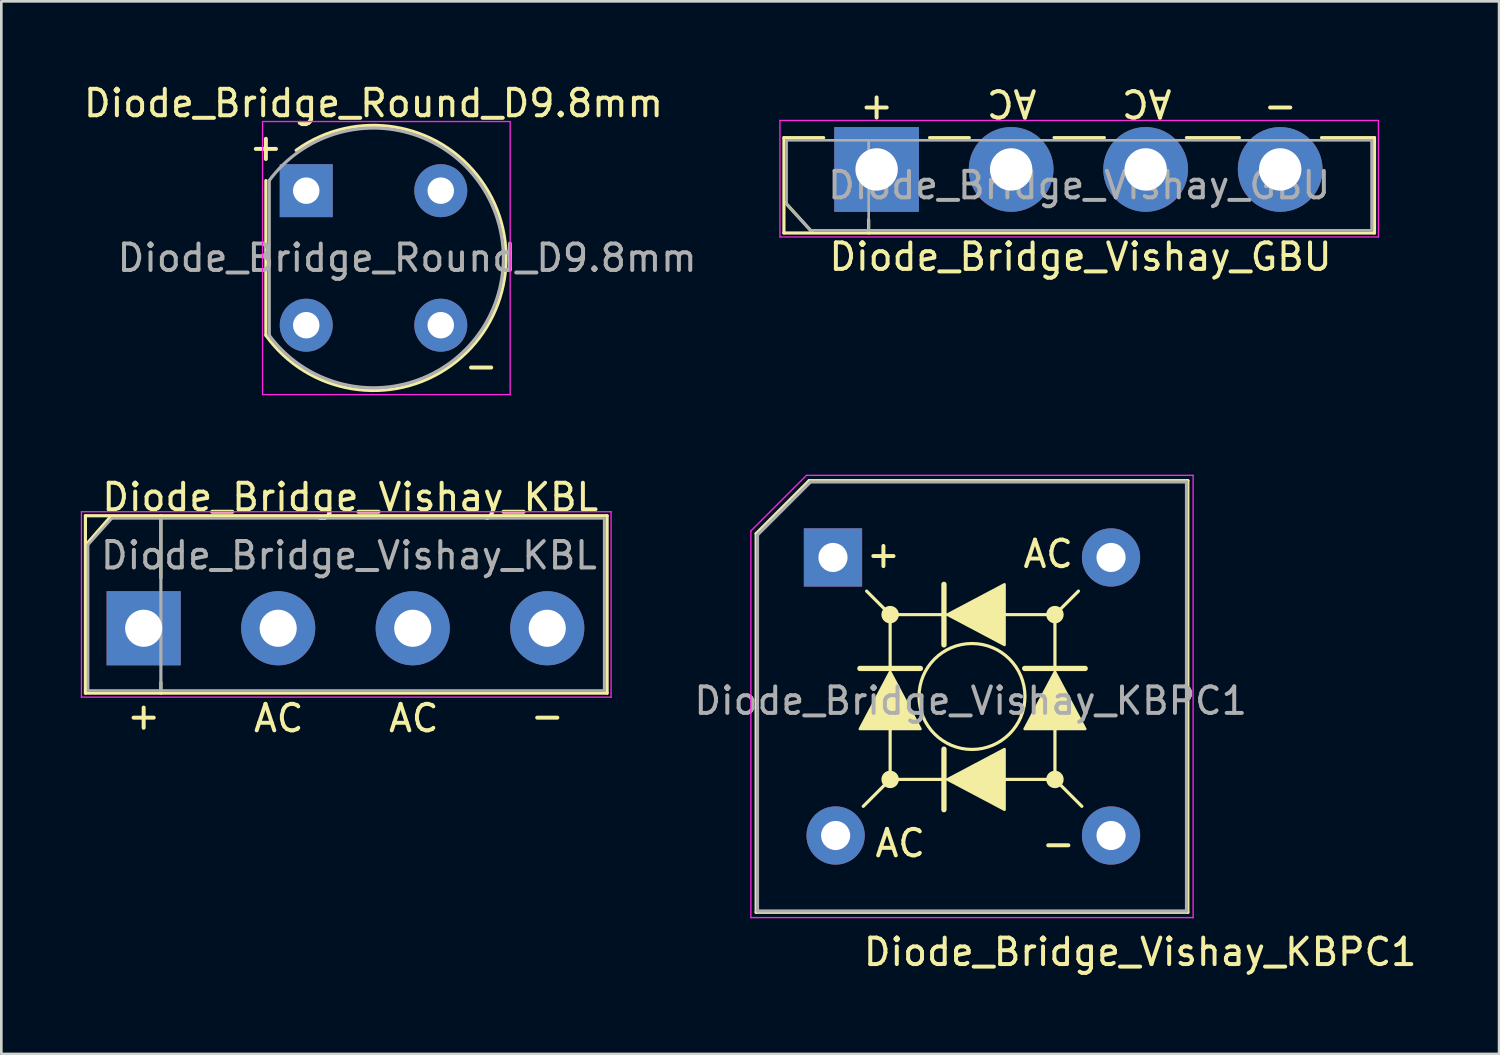
<source format=kicad_pcb>
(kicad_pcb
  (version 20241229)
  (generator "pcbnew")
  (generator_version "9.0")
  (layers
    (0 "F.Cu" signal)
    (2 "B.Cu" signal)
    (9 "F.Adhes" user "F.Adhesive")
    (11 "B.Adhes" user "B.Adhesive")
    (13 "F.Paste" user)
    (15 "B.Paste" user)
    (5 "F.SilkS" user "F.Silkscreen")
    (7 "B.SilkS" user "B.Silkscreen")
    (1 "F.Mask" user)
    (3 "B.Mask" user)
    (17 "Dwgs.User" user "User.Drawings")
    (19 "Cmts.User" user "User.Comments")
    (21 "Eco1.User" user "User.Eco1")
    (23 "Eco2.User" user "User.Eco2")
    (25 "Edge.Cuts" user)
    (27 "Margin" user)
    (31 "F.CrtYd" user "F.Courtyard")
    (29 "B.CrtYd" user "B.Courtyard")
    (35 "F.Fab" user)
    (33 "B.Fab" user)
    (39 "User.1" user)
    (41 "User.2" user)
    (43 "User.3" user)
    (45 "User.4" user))
  (footprint "Diode_Bridge_Round_D9.8mm"
    (layer "F.Cu")
    (at 8.514 4.15)
    (property "Reference" "Diode_Bridge_Round_D9.8mm" (at 2.54 -3.302 0) (layer "F.SilkS") (effects (font (size 1 1) (thickness 0.15))))
    (attr through_hole)
    (fp_line (start -1.524 -0.381) (end -1.524 5.461) (stroke (width 0.12) (type solid)) (layer "F.SilkS"))
    (fp_arc (start -0.381 -1.524) (mid 7.479141 3.348223) (end -1.524 5.461) (stroke (width 0.12) (type solid)) (layer "F.SilkS"))
    (fp_line (start -1.65 -2.61) (end -1.65 7.7) (stroke (width 0.05) (type solid)) (layer "F.CrtYd"))
    (fp_line (start -1.65 -2.61) (end 7.7 -2.61) (stroke (width 0.05) (type solid)) (layer "F.CrtYd"))
    (fp_line (start 7.7 7.7) (end -1.65 7.7) (stroke (width 0.05) (type solid)) (layer "F.CrtYd"))
    (fp_line (start 7.7 7.7) (end 7.7 -2.61) (stroke (width 0.05) (type solid)) (layer "F.CrtYd"))
    (fp_line (start -1.397 5.461) (end -1.397 -0.381) (stroke (width 0.12) (type solid)) (layer "F.Fab"))
    (fp_arc (start -1.4 -0.38) (mid 7.444079 2.54366) (end -1.404354 5.454115) (stroke (width 0.12) (type solid)) (layer "F.Fab"))
    (fp_text user "+" (at -1.524 -1.651 0) (layer "F.SilkS") (effects (font (size 1 1) (thickness 0.15))))
    (fp_text user "-" (at 6.604 6.604 0) (layer "F.SilkS") (effects (font (size 1 1) (thickness 0.15))))
    (fp_text user "${REFERENCE}" (at 3.81 2.54 0) (layer "F.Fab") (effects (font (size 1 1) (thickness 0.15))))
    (pad "1" thru_hole rect (at 0 0) (size 2 2) (drill 1) (layers "*.Cu" "*.Mask"))
    (pad "2" thru_hole oval (at 0 5.08) (size 2 2) (drill 1) (layers "*.Cu" "*.Mask"))
    (pad "3" thru_hole oval (at 5.08 5.08) (size 2 2) (drill 1) (layers "*.Cu" "*.Mask"))
    (pad "4" thru_hole oval (at 5.08 0) (size 2 2) (drill 1) (layers "*.Cu" "*.Mask")))
  (footprint "Diode_Bridge_Vishay_GBU"
    (layer "F.Cu")
    (at 30.052 3.348)
    (property "Reference" "Diode_Bridge_Vishay_GBU" (at 7.7 3.3 180) (layer "F.SilkS") (effects (font (size 1 1) (thickness 0.15))))
    (fp_line (start -3.5 -1.2) (end -2 -1.2) (stroke (width 0.12) (type solid)) (layer "F.SilkS"))
    (fp_line (start -3.5 2.4) (end -3.5 -1.2) (stroke (width 0.12) (type solid)) (layer "F.SilkS"))
    (fp_line (start -3.45 1.25) (end -2.45 2.35) (stroke (width 0.12) (type solid)) (layer "F.SilkS"))
    (fp_line (start -0.3 2.4) (end -0.3 1.9) (stroke (width 0.12) (type solid)) (layer "F.SilkS"))
    (fp_line (start 2 -1.2) (end 3.5 -1.2) (stroke (width 0.12) (type solid)) (layer "F.SilkS"))
    (fp_line (start 6.7 -1.2) (end 8.6 -1.2) (stroke (width 0.12) (type solid)) (layer "F.SilkS"))
    (fp_line (start 11.7 -1.2) (end 13.7 -1.2) (stroke (width 0.12) (type solid)) (layer "F.SilkS"))
    (fp_line (start 16.8 -1.2) (end 18.8 -1.2) (stroke (width 0.12) (type solid)) (layer "F.SilkS"))
    (fp_line (start 18.8 -1.2) (end 18.8 2.4) (stroke (width 0.12) (type solid)) (layer "F.SilkS"))
    (fp_line (start 18.8 2.4) (end -3.5 2.4) (stroke (width 0.12) (type solid)) (layer "F.SilkS"))
    (fp_line (start -3.65 2.55) (end -3.65 -1.85) (stroke (width 0.05) (type solid)) (layer "F.CrtYd"))
    (fp_line (start -3.65 2.55) (end 18.95 2.55) (stroke (width 0.05) (type solid)) (layer "F.CrtYd"))
    (fp_line (start 18.95 -1.85) (end -3.65 -1.85) (stroke (width 0.05) (type solid)) (layer "F.CrtYd"))
    (fp_line (start 18.95 -1.85) (end 18.95 2.55) (stroke (width 0.05) (type solid)) (layer "F.CrtYd"))
    (fp_line (start -3.4 -1.1) (end 18.7 -1.1) (stroke (width 0.1) (type solid)) (layer "F.Fab"))
    (fp_line (start -3.4 1.3) (end -3.4 -1.1) (stroke (width 0.1) (type solid)) (layer "F.Fab"))
    (fp_line (start -2.5 2.3) (end -3.4 1.3) (stroke (width 0.1) (type solid)) (layer "F.Fab"))
    (fp_line (start -0.3 2.3) (end -0.3 -1.1) (stroke (width 0.1) (type solid)) (layer "F.Fab"))
    (fp_line (start 18.7 -1.1) (end 18.7 2.3) (stroke (width 0.12) (type solid)) (layer "F.Fab"))
    (fp_line (start 18.7 2.3) (end -2.5 2.3) (stroke (width 0.1) (type solid)) (layer "F.Fab"))
    (fp_text user "+" (at 0 -2.413 0) (layer "F.SilkS") (effects (font (size 1 1) (thickness 0.15))))
    (fp_text user "AC" (at 5.1 -2.5 180) (unlocked yes) (layer "F.SilkS") (effects (font (size 1 1) (thickness 0.15))))
    (fp_text user "AC" (at 10.2 -2.5 180) (unlocked yes) (layer "F.SilkS") (effects (font (size 1 1) (thickness 0.15))))
    (fp_text user "-" (at 15.24 -2.413 0) (layer "F.SilkS") (effects (font (size 1 1) (thickness 0.15))))
    (fp_text user "${REFERENCE}" (at 7.65 0.6 180) (layer "F.Fab") (effects (font (size 1 1) (thickness 0.15))))
    (pad "1" thru_hole rect (at 0 0) (size 3.2 3.2) (drill 1.6) (layers "*.Cu" "*.Mask"))
    (pad "2" thru_hole circle (at 5.08 0) (size 3.2 3.2) (drill 1.6) (layers "*.Cu" "*.Mask"))
    (pad "3" thru_hole circle (at 10.16 0) (size 3.2 3.2) (drill 1.6) (layers "*.Cu" "*.Mask"))
    (pad "4" thru_hole circle (at 15.24 0) (size 3.2 3.2) (drill 1.6) (layers "*.Cu" "*.Mask")))
  (footprint "Diode_Bridge_Vishay_KBL"
    (layer "F.Cu")
    (at 2.375 20.674)
    (property "Reference" "Diode_Bridge_Vishay_KBL" (at 7.8 -4.95 0) (layer "F.SilkS") (effects (font (size 1 1) (thickness 0.15))))
    (fp_line (start -2.2 -4.25) (end -2.2 2.45) (stroke (width 0.12) (type solid)) (layer "F.SilkS"))
    (fp_line (start -2.2 2.45) (end 17.5 2.45) (stroke (width 0.12) (type solid)) (layer "F.SilkS"))
    (fp_line (start -2.159 -3.175) (end -1.27 -4.191) (stroke (width 0.12) (type solid)) (layer "F.SilkS"))
    (fp_line (start 0.65 -1.9) (end 0.65 -4.25) (stroke (width 0.12) (type solid)) (layer "F.SilkS"))
    (fp_line (start 0.65 2.05) (end 0.65 2.45) (stroke (width 0.12) (type solid)) (layer "F.SilkS"))
    (fp_line (start 17.5 -4.25) (end -2.2 -4.25) (stroke (width 0.12) (type solid)) (layer "F.SilkS"))
    (fp_line (start 17.5 2.45) (end 17.5 -4.25) (stroke (width 0.12) (type solid)) (layer "F.SilkS"))
    (fp_line (start -2.35 -4.4) (end -2.35 2.6) (stroke (width 0.05) (type solid)) (layer "F.CrtYd"))
    (fp_line (start -2.35 -4.4) (end 17.65 -4.4) (stroke (width 0.05) (type solid)) (layer "F.CrtYd"))
    (fp_line (start 17.65 2.6) (end -2.35 2.6) (stroke (width 0.05) (type solid)) (layer "F.CrtYd"))
    (fp_line (start 17.65 2.6) (end 17.65 -4.4) (stroke (width 0.05) (type solid)) (layer "F.CrtYd"))
    (fp_line (start -2.1 -3.15) (end -2.1 2.35) (stroke (width 0.1) (type solid)) (layer "F.Fab"))
    (fp_line (start -2.1 2.35) (end 17.4 2.35) (stroke (width 0.1) (type solid)) (layer "F.Fab"))
    (fp_line (start -1.2 -4.15) (end -2.1 -3.15) (stroke (width 0.1) (type solid)) (layer "F.Fab"))
    (fp_line (start 0.65 -4.15) (end 0.65 2.35) (stroke (width 0.12) (type solid)) (layer "F.Fab"))
    (fp_line (start 17.4 -4.15) (end -1.2 -4.15) (stroke (width 0.1) (type solid)) (layer "F.Fab"))
    (fp_line (start 17.4 2.35) (end 17.4 -4.15) (stroke (width 0.12) (type solid)) (layer "F.Fab"))
    (fp_text user "AC" (at 5.1 3.4 0) (layer "F.SilkS") (effects (font (size 1 1) (thickness 0.15))))
    (fp_text user "+" (at 0 3.302 0) (layer "F.SilkS") (effects (font (size 1 1) (thickness 0.15))))
    (fp_text user "-" (at 15.24 3.302 0) (layer "F.SilkS") (effects (font (size 1 1) (thickness 0.15))))
    (fp_text user "AC" (at 10.2 3.4 0) (layer "F.SilkS") (effects (font (size 1 1) (thickness 0.15))))
    (fp_text user "${REFERENCE}" (at 7.75 -2.75 0) (layer "F.Fab") (effects (font (size 1 1) (thickness 0.15))))
    (pad "1" thru_hole rect (at 0 0) (size 2.8 2.8) (drill 1.4) (layers "*.Cu" "*.Mask"))
    (pad "2" thru_hole circle (at 5.08 0) (size 2.8 2.8) (drill 1.4) (layers "*.Cu" "*.Mask"))
    (pad "3" thru_hole circle (at 10.16 0) (size 2.8 2.8) (drill 1.4) (layers "*.Cu" "*.Mask"))
    (pad "4" thru_hole circle (at 15.24 0) (size 2.8 2.8) (drill 1.4) (layers "*.Cu" "*.Mask")))
  (footprint "Diode_Bridge_Vishay_KBPC1"
    (layer "F.Cu")
    (at 28.404 18)
    (property "Reference" "Diode_Bridge_Vishay_KBPC1" (at 11.6 14.9 180) (layer "F.SilkS") (effects (font (size 1 1) (thickness 0.15))))
    (attr through_hole)
    (fp_line (start -2.9 -0.9) (end -2.9 13.4) (stroke (width 0.12) (type solid)) (layer "F.SilkS"))
    (fp_line (start -2.9 13.4) (end 13.4 13.4) (stroke (width 0.12) (type solid)) (layer "F.SilkS"))
    (fp_line (start -0.9 -2.9) (end -2.9 -0.9) (stroke (width 0.12) (type solid)) (layer "F.SilkS"))
    (fp_line (start 1.143 9.398) (end 2.159 8.382) (stroke (width 0.12) (type solid)) (layer "F.SilkS"))
    (fp_line (start 1.27 1.27) (end 2.159 2.159) (stroke (width 0.12) (type solid)) (layer "F.SilkS"))
    (fp_line (start 2.159 4.191) (end 1.016 4.191) (stroke (width 0.2) (type solid)) (layer "F.SilkS"))
    (fp_line (start 2.159 4.191) (end 2.159 2.159) (stroke (width 0.12) (type solid)) (layer "F.SilkS"))
    (fp_line (start 2.159 8.128) (end 2.159 6.477) (stroke (width 0.12) (type solid)) (layer "F.SilkS"))
    (fp_line (start 3.302 4.191) (end 2.159 4.191) (stroke (width 0.2) (type solid)) (layer "F.SilkS"))
    (fp_line (start 4.191 1.016) (end 4.191 2.159) (stroke (width 0.2) (type solid)) (layer "F.SilkS"))
    (fp_line (start 4.191 2.159) (end 2.159 2.159) (stroke (width 0.12) (type solid)) (layer "F.SilkS"))
    (fp_line (start 4.191 2.159) (end 4.191 3.302) (stroke (width 0.2) (type solid)) (layer "F.SilkS"))
    (fp_line (start 4.191 7.239) (end 4.191 8.382) (stroke (width 0.2) (type solid)) (layer "F.SilkS"))
    (fp_line (start 4.191 8.382) (end 2.159 8.382) (stroke (width 0.12) (type solid)) (layer "F.SilkS"))
    (fp_line (start 4.191 8.382) (end 4.191 9.525) (stroke (width 0.2) (type solid)) (layer "F.SilkS"))
    (fp_line (start 8.128 2.159) (end 6.477 2.159) (stroke (width 0.12) (type solid)) (layer "F.SilkS"))
    (fp_line (start 8.292 8.382) (end 6.477 8.382) (stroke (width 0.12) (type solid)) (layer "F.SilkS"))
    (fp_line (start 8.382 4.191) (end 7.239 4.191) (stroke (width 0.2) (type solid)) (layer "F.SilkS"))
    (fp_line (start 8.382 4.191) (end 8.382 2.159) (stroke (width 0.12) (type solid)) (layer "F.SilkS"))
    (fp_line (start 8.382 8.382) (end 8.382 6.477) (stroke (width 0.12) (type solid)) (layer "F.SilkS"))
    (fp_line (start 9.271 1.27) (end 8.255 2.286) (stroke (width 0.12) (type solid)) (layer "F.SilkS"))
    (fp_line (start 9.398 9.398) (end 8.382 8.382) (stroke (width 0.12) (type solid)) (layer "F.SilkS"))
    (fp_line (start 9.525 4.191) (end 8.382 4.191) (stroke (width 0.2) (type solid)) (layer "F.SilkS"))
    (fp_line (start 13.4 -2.9) (end -0.9 -2.9) (stroke (width 0.12) (type solid)) (layer "F.SilkS"))
    (fp_line (start 13.4 13.4) (end 13.4 -2.9) (stroke (width 0.12) (type solid)) (layer "F.SilkS"))
    (fp_circle (center 2.159 2.159) (end 2.223 2.095) (stroke (width 0.12) (type solid)) (fill no) (layer "F.SilkS"))
    (fp_circle (center 2.159 2.159) (end 2.286 2.032) (stroke (width 0.12) (type solid)) (fill no) (layer "F.SilkS"))
    (fp_circle (center 2.159 2.159) (end 2.349 1.968) (stroke (width 0.12) (type solid)) (fill no) (layer "F.SilkS"))
    (fp_circle (center 2.159 8.382) (end 2.223 8.319) (stroke (width 0.12) (type solid)) (fill no) (layer "F.SilkS"))
    (fp_circle (center 2.159 8.382) (end 2.286 8.255) (stroke (width 0.12) (type solid)) (fill no) (layer "F.SilkS"))
    (fp_circle (center 2.159 8.382) (end 2.349 8.191) (stroke (width 0.12) (type solid)) (fill no) (layer "F.SilkS"))
    (fp_circle (center 5.25 5.25) (end 5.25 7.25) (stroke (width 0.12) (type solid)) (fill no) (layer "F.SilkS"))
    (fp_circle (center 8.382 2.159) (end 8.445 2.095) (stroke (width 0.12) (type solid)) (fill no) (layer "F.SilkS"))
    (fp_circle (center 8.382 2.159) (end 8.509 2.032) (stroke (width 0.12) (type solid)) (fill no) (layer "F.SilkS"))
    (fp_circle (center 8.382 2.159) (end 8.572 1.968) (stroke (width 0.12) (type solid)) (fill no) (layer "F.SilkS"))
    (fp_circle (center 8.382 8.382) (end 8.445 8.319) (stroke (width 0.12) (type solid)) (fill no) (layer "F.SilkS"))
    (fp_circle (center 8.382 8.382) (end 8.509 8.255) (stroke (width 0.12) (type solid)) (fill no) (layer "F.SilkS"))
    (fp_circle (center 8.382 8.382) (end 8.572 8.191) (stroke (width 0.12) (type solid)) (fill no) (layer "F.SilkS"))
    (fp_poly (pts (xy 3.302 6.477) (xy 1.016 6.477) (xy 2.159 4.318)) (stroke (width 0.1) (type solid)) (fill yes) (layer "F.SilkS"))
    (fp_poly (pts (xy 6.477 1.016) (xy 6.477 3.302) (xy 4.318 2.159)) (stroke (width 0.1) (type solid)) (fill yes) (layer "F.SilkS"))
    (fp_poly (pts (xy 6.477 7.239) (xy 6.477 9.525) (xy 4.318 8.382)) (stroke (width 0.1) (type solid)) (fill yes) (layer "F.SilkS"))
    (fp_poly (pts (xy 9.525 6.477) (xy 7.239 6.477) (xy 8.382 4.318)) (stroke (width 0.1) (type solid)) (fill yes) (layer "F.SilkS"))
    (fp_line (start -3.1 -1) (end -1 -3.1) (stroke (width 0.05) (type solid)) (layer "F.CrtYd"))
    (fp_line (start -3.1 13.6) (end -3.1 -1) (stroke (width 0.05) (type solid)) (layer "F.CrtYd"))
    (fp_line (start -1 -3.1) (end 13.6 -3.1) (stroke (width 0.05) (type solid)) (layer "F.CrtYd"))
    (fp_line (start 13.6 -3.1) (end 13.6 13.6) (stroke (width 0.05) (type solid)) (layer "F.CrtYd"))
    (fp_line (start 13.6 13.6) (end -3.1 13.6) (stroke (width 0.05) (type solid)) (layer "F.CrtYd"))
    (fp_line (start -2.85 -0.85) (end -0.85 -2.85) (stroke (width 0.12) (type solid)) (layer "F.Fab"))
    (fp_line (start -2.85 13.35) (end -2.85 -0.85) (stroke (width 0.12) (type solid)) (layer "F.Fab"))
    (fp_line (start -0.85 -2.85) (end 13.35 -2.85) (stroke (width 0.12) (type solid)) (layer "F.Fab"))
    (fp_line (start 13.35 -2.85) (end 13.35 13.35) (stroke (width 0.12) (type solid)) (layer "F.Fab"))
    (fp_line (start 13.35 13.35) (end -2.85 13.35) (stroke (width 0.12) (type solid)) (layer "F.Fab"))
    (fp_text user "AC" (at 2.54 10.795 0) (layer "F.SilkS") (effects (font (size 1 1) (thickness 0.15))))
    (fp_text user "-" (at 8.509 10.795 0) (layer "F.SilkS") (effects (font (size 1 1) (thickness 0.15))))
    (fp_text user "+" (at 1.905 -0.127 0) (layer "F.SilkS") (effects (font (size 1 1) (thickness 0.15))))
    (fp_text user "AC" (at 8.128 -0.127 0) (layer "F.SilkS") (effects (font (size 1 1) (thickness 0.15))))
    (fp_text user "${REFERENCE}" (at 5.2 5.415 180) (layer "F.Fab") (effects (font (size 1 1) (thickness 0.15))))
    (pad "1" thru_hole rect (at 0 0) (size 2.2 2.2) (drill 1.1) (layers "*.Cu" "*.Mask"))
    (pad "2" thru_hole circle (at 0.1 10.5) (size 2.2 2.2) (drill 1.1) (layers "*.Cu" "*.Mask"))
    (pad "3" thru_hole circle (at 10.5 10.5) (size 2.2 2.2) (drill 1.1) (layers "*.Cu" "*.Mask"))
    (pad "4" thru_hole circle (at 10.5 0) (size 2.2 2.2) (drill 1.1) (layers "*.Cu" "*.Mask")))
  (gr_rect
    (start -3 -3)
    (end 53.557 36.748)
    (stroke (width 0.1) (type default))
    (fill no)
    (layer "Edge.Cuts")))
</source>
